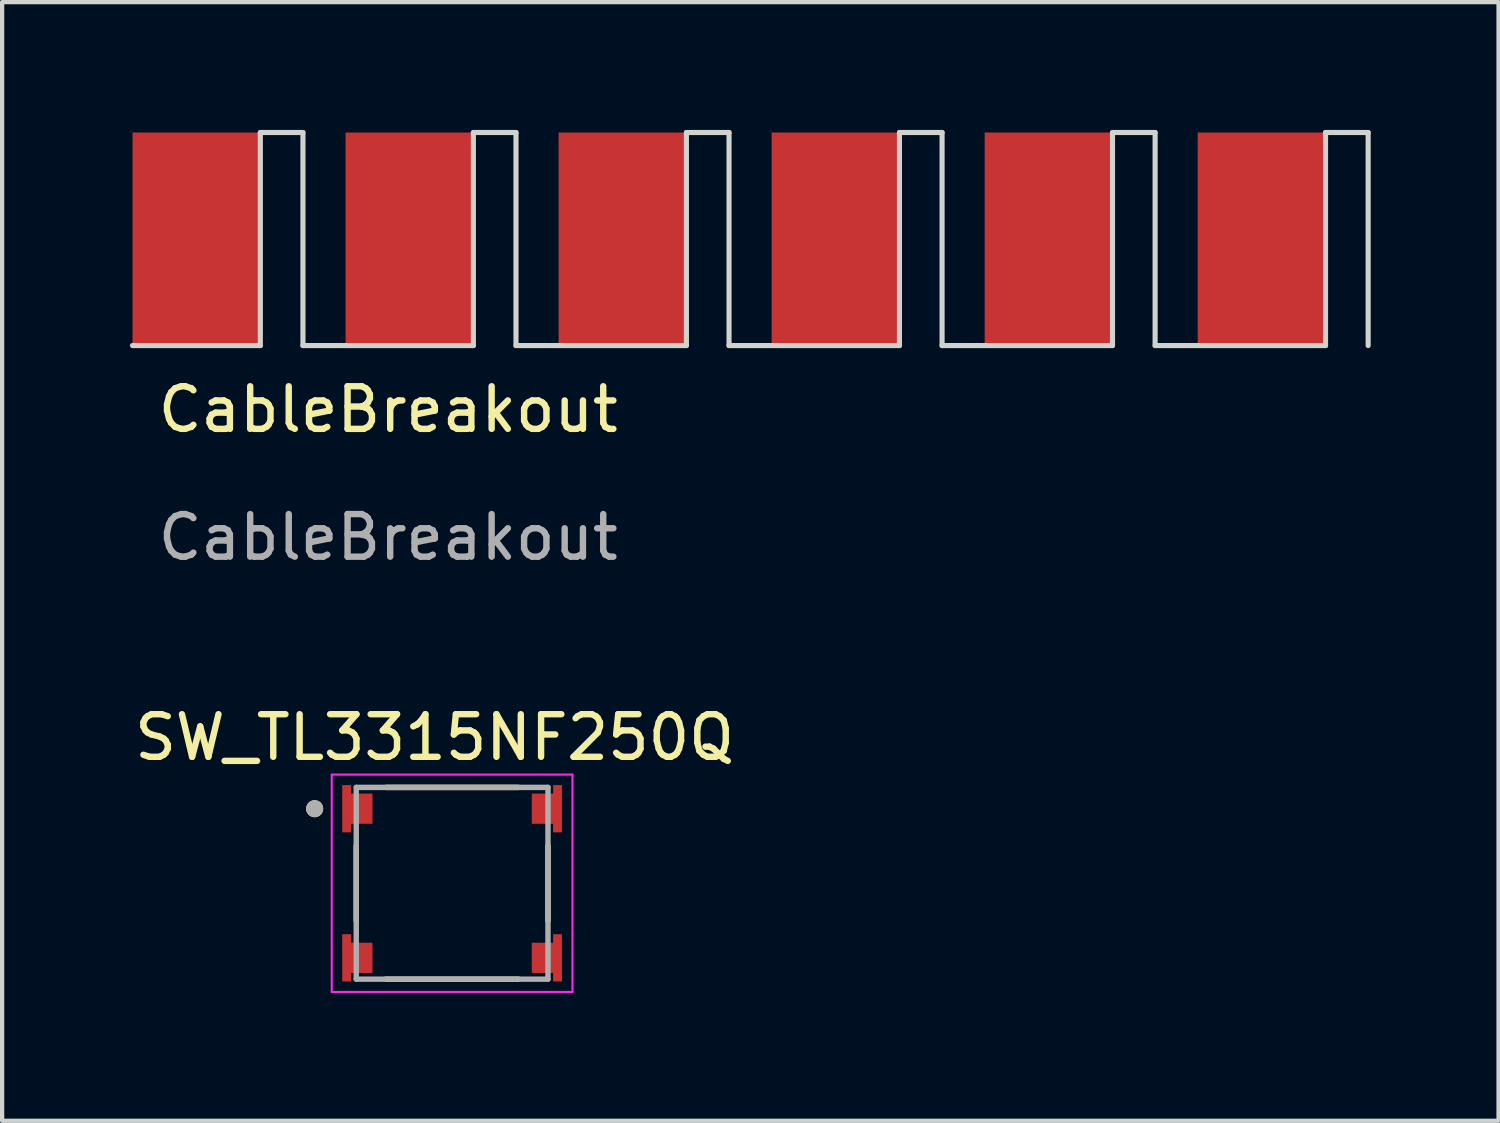
<source format=kicad_pcb>
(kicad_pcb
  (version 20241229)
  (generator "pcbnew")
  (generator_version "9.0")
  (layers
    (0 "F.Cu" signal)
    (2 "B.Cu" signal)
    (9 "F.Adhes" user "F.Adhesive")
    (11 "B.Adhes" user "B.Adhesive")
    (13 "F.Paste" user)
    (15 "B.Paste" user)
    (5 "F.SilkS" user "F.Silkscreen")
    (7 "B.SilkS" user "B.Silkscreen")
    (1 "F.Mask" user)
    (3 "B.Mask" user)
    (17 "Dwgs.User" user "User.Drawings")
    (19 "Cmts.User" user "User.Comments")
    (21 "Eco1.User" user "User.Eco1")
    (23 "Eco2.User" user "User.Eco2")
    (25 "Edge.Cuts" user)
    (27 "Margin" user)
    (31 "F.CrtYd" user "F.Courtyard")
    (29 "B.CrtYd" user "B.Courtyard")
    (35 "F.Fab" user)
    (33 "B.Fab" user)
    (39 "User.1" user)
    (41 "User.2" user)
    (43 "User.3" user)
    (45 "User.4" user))
  (footprint "CableBreakout"
    (layer "F.Cu")
    (at 6.06 7.06)
    (property "Reference" "CableBreakout" (at 0 -0.5 0) (unlocked yes) (layer "F.SilkS") (effects (font (size 1 1) (thickness 0.15))))
    (fp_line (start -3 -2) (end -6 -2) (stroke (width 0.12) (type solid)) (layer "Edge.Cuts"))
    (fp_line (start -3 -2) (end -3 -7) (stroke (width 0.12) (type solid)) (layer "Edge.Cuts"))
    (fp_line (start -2 -7) (end -3 -7) (stroke (width 0.12) (type solid)) (layer "Edge.Cuts"))
    (fp_line (start -2 -2) (end -2 -7) (stroke (width 0.12) (type solid)) (layer "Edge.Cuts"))
    (fp_line (start -2 -2) (end -1 -2) (stroke (width 0.12) (type solid)) (layer "Edge.Cuts"))
    (fp_line (start -1 -2) (end 2 -2) (stroke (width 0.12) (type solid)) (layer "Edge.Cuts"))
    (fp_line (start 2 -7) (end 2.75 -7) (stroke (width 0.12) (type solid)) (layer "Edge.Cuts"))
    (fp_line (start 2 -2) (end 2 -7) (stroke (width 0.12) (type solid)) (layer "Edge.Cuts"))
    (fp_line (start 2.75 -7) (end 3 -7) (stroke (width 0.12) (type solid)) (layer "Edge.Cuts"))
    (fp_line (start 3 -7) (end 3 -2) (stroke (width 0.12) (type solid)) (layer "Edge.Cuts"))
    (fp_line (start 3 -2) (end 7 -2) (stroke (width 0.12) (type solid)) (layer "Edge.Cuts"))
    (fp_line (start 7 -7) (end 8 -7) (stroke (width 0.12) (type solid)) (layer "Edge.Cuts"))
    (fp_line (start 7 -2) (end 7 -7) (stroke (width 0.12) (type solid)) (layer "Edge.Cuts"))
    (fp_line (start 8 -7) (end 8 -2) (stroke (width 0.12) (type solid)) (layer "Edge.Cuts"))
    (fp_line (start 8 -2) (end 12 -2) (stroke (width 0.12) (type solid)) (layer "Edge.Cuts"))
    (fp_line (start 12 -7) (end 13 -7) (stroke (width 0.12) (type solid)) (layer "Edge.Cuts"))
    (fp_line (start 12 -2) (end 12 -7) (stroke (width 0.12) (type solid)) (layer "Edge.Cuts"))
    (fp_line (start 13 -7) (end 13 -2) (stroke (width 0.12) (type solid)) (layer "Edge.Cuts"))
    (fp_line (start 13 -2) (end 17 -2) (stroke (width 0.12) (type solid)) (layer "Edge.Cuts"))
    (fp_line (start 17 -7) (end 18 -7) (stroke (width 0.12) (type solid)) (layer "Edge.Cuts"))
    (fp_line (start 17 -6.75) (end 17 -7) (stroke (width 0.12) (type solid)) (layer "Edge.Cuts"))
    (fp_line (start 17 -2) (end 17 -6.75) (stroke (width 0.12) (type solid)) (layer "Edge.Cuts"))
    (fp_line (start 18 -7) (end 18 -2) (stroke (width 0.12) (type solid)) (layer "Edge.Cuts"))
    (fp_line (start 18 -2) (end 22 -2) (stroke (width 0.12) (type solid)) (layer "Edge.Cuts"))
    (fp_line (start 22 -7) (end 23 -7) (stroke (width 0.12) (type solid)) (layer "Edge.Cuts"))
    (fp_line (start 22 -2) (end 22 -7) (stroke (width 0.12) (type solid)) (layer "Edge.Cuts"))
    (fp_line (start 23 -7) (end 23 -2) (stroke (width 0.12) (type solid)) (layer "Edge.Cuts"))
    (fp_text user "${REFERENCE}" (at 0 2.5 0) (unlocked yes) (layer "F.Fab") (effects (font (size 1 1) (thickness 0.15))))
    (pad "1" connect rect (at -4.5 -4.5) (size 3 5) (layers "F.Cu" "F.Mask"))
    (pad "2" connect rect (at 0.5 -4.5) (size 3 5) (layers "F.Cu" "F.Mask"))
    (pad "3" connect rect (at 5.5 -4.5) (size 3 5) (layers "F.Cu" "F.Mask"))
    (pad "4" connect rect (at 10.5 -4.5) (size 3 5) (layers "F.Cu" "F.Mask"))
    (pad "5" connect rect (at 15.5 -4.5) (size 3 5) (layers "F.Cu" "F.Mask"))
    (pad "6" connect rect (at 20.5 -4.5) (size 3 5) (layers "F.Cu" "F.Mask")))
  (footprint "SW_TL3315NF250Q"
    (layer "F.Cu")
    (at 7.561 17.68)
    (property "Reference" "SW_TL3315NF250Q" (at -0.412 -3.423 0) (layer "F.SilkS") (effects (font (size 1 1) (thickness 0.15))))
    (attr through_hole)
    (fp_poly (pts (xy -2.675 -2.4) (xy -2.675 -1.1) (xy -2.275 -1.1) (xy -2.275 -1.3) (xy -1.775 -1.3) (xy -1.775 -2.2) (xy -2.275 -2.2) (xy -2.275 -2.4)) (stroke (width 0.01) (type solid)) (fill yes) (layer "F.Mask"))
    (fp_poly (pts (xy -2.275 2.4) (xy -2.675 2.4) (xy -2.675 1.1) (xy -2.275 1.1) (xy -2.275 1.3) (xy -1.775 1.3) (xy -1.775 2.2) (xy -2.275 2.2)) (stroke (width 0.01) (type solid)) (fill yes) (layer "F.Mask"))
    (fp_poly (pts (xy 2.275 -1.3) (xy 1.775 -1.3) (xy 1.775 -2.2) (xy 2.275 -2.2) (xy 2.275 -2.4) (xy 2.675 -2.4) (xy 2.675 -1.1) (xy 2.275 -1.1)) (stroke (width 0.01) (type solid)) (fill yes) (layer "F.Mask"))
    (fp_poly (pts (xy 2.275 2.2) (xy 1.775 2.2) (xy 1.775 1.3) (xy 2.275 1.3) (xy 2.275 1.1) (xy 2.675 1.1) (xy 2.675 2.4) (xy 2.275 2.4)) (stroke (width 0.01) (type solid)) (fill yes) (layer "F.Mask"))
    (fp_line (start -2.25 -0.88) (end -2.25 0.88) (stroke (width 0.127) (type solid)) (layer "F.SilkS"))
    (fp_line (start -1.555 -2.25) (end 1.555 -2.25) (stroke (width 0.127) (type solid)) (layer "F.SilkS"))
    (fp_line (start -1.555 2.25) (end 1.555 2.25) (stroke (width 0.127) (type solid)) (layer "F.SilkS"))
    (fp_line (start 2.25 -0.88) (end 2.25 0.88) (stroke (width 0.127) (type solid)) (layer "F.SilkS"))
    (fp_circle (center -3.226 -1.75) (end -3.126 -1.75) (stroke (width 0.2) (type solid)) (fill no) (layer "F.SilkS"))
    (fp_poly (pts (xy -2.375 -1.2) (xy -2.575 -1.2) (xy -2.575 -2.3) (xy -2.375 -2.3) (xy -2.375 -2.1) (xy -1.875 -2.1) (xy -1.875 -1.4) (xy -2.375 -1.4)) (stroke (width 0.01) (type solid)) (fill yes) (layer "F.Paste"))
    (fp_poly (pts (xy -2.375 2.3) (xy -2.575 2.3) (xy -2.575 1.2) (xy -2.375 1.2) (xy -2.375 1.4) (xy -1.875 1.4) (xy -1.875 2.1) (xy -2.375 2.1)) (stroke (width 0.01) (type solid)) (fill yes) (layer "F.Paste"))
    (fp_poly (pts (xy 2.375 -1.4) (xy 1.875 -1.4) (xy 1.875 -2.1) (xy 2.375 -2.1) (xy 2.375 -2.3) (xy 2.575 -2.3) (xy 2.575 -1.2) (xy 2.375 -1.2)) (stroke (width 0.01) (type solid)) (fill yes) (layer "F.Paste"))
    (fp_poly (pts (xy 2.375 2.1) (xy 1.875 2.1) (xy 1.875 1.4) (xy 2.375 1.4) (xy 2.375 1.2) (xy 2.575 1.2) (xy 2.575 2.3) (xy 2.375 2.3)) (stroke (width 0.01) (type solid)) (fill yes) (layer "F.Paste"))
    (fp_line (start -2.825 -2.55) (end -2.825 2.55) (stroke (width 0.05) (type solid)) (layer "F.CrtYd"))
    (fp_line (start -2.825 2.55) (end 2.825 2.55) (stroke (width 0.05) (type solid)) (layer "F.CrtYd"))
    (fp_line (start 2.825 -2.55) (end -2.825 -2.55) (stroke (width 0.05) (type solid)) (layer "F.CrtYd"))
    (fp_line (start 2.825 2.55) (end 2.825 -2.55) (stroke (width 0.05) (type solid)) (layer "F.CrtYd"))
    (fp_line (start -2.25 -2.25) (end 2.25 -2.25) (stroke (width 0.127) (type solid)) (layer "F.Fab"))
    (fp_line (start -2.25 2.25) (end -2.25 -2.25) (stroke (width 0.127) (type solid)) (layer "F.Fab"))
    (fp_line (start 2.25 -2.25) (end 2.25 2.25) (stroke (width 0.127) (type solid)) (layer "F.Fab"))
    (fp_line (start 2.25 2.25) (end -2.25 2.25) (stroke (width 0.127) (type solid)) (layer "F.Fab"))
    (fp_circle (center -3.226 -1.75) (end -3.126 -1.75) (stroke (width 0.2) (type solid)) (fill no) (layer "F.Fab"))
    (pad "1" smd custom (at -2.23 -1.75) (size 0.5 0.5) (layers "F.Cu") (options (anchor rect)) (primitives (gr_poly (pts (xy -0.145 0.55) (xy -0.345 0.55) (xy -0.345 -0.55) (xy -0.145 -0.55) (xy -0.145 -0.35) (xy 0.355 -0.35) (xy 0.355 0.35) (xy -0.145 0.35)) (width 0.01) (fill yes))))
    (pad "2" smd custom (at 2.23 -1.75) (size 0.5 0.5) (layers "F.Cu") (options (anchor rect)) (primitives (gr_poly (pts (xy 0.145 0.35) (xy -0.355 0.35) (xy -0.355 -0.35) (xy 0.145 -0.35) (xy 0.145 -0.55) (xy 0.345 -0.55) (xy 0.345 0.55) (xy 0.145 0.55)) (width 0.01) (fill yes))))
    (pad "3" smd custom (at -2.23 1.75) (size 0.5 0.5) (layers "F.Cu") (options (anchor rect)) (primitives (gr_poly (pts (xy -0.145 0.55) (xy -0.345 0.55) (xy -0.345 -0.55) (xy -0.145 -0.55) (xy -0.145 -0.35) (xy 0.355 -0.35) (xy 0.355 0.35) (xy -0.145 0.35)) (width 0.01) (fill yes))))
    (pad "4" smd custom (at 2.23 1.75) (size 0.5 0.5) (layers "F.Cu") (options (anchor rect)) (primitives (gr_poly (pts (xy 0.145 0.35) (xy -0.355 0.35) (xy -0.355 -0.35) (xy 0.145 -0.35) (xy 0.145 -0.55) (xy 0.345 -0.55) (xy 0.345 0.55) (xy 0.145 0.55)) (width 0.01) (fill yes)))))
  (gr_rect
    (start -3 -3)
    (end 32.12 23.255)
    (stroke (width 0.1) (type default))
    (fill no)
    (layer "Edge.Cuts")))
</source>
